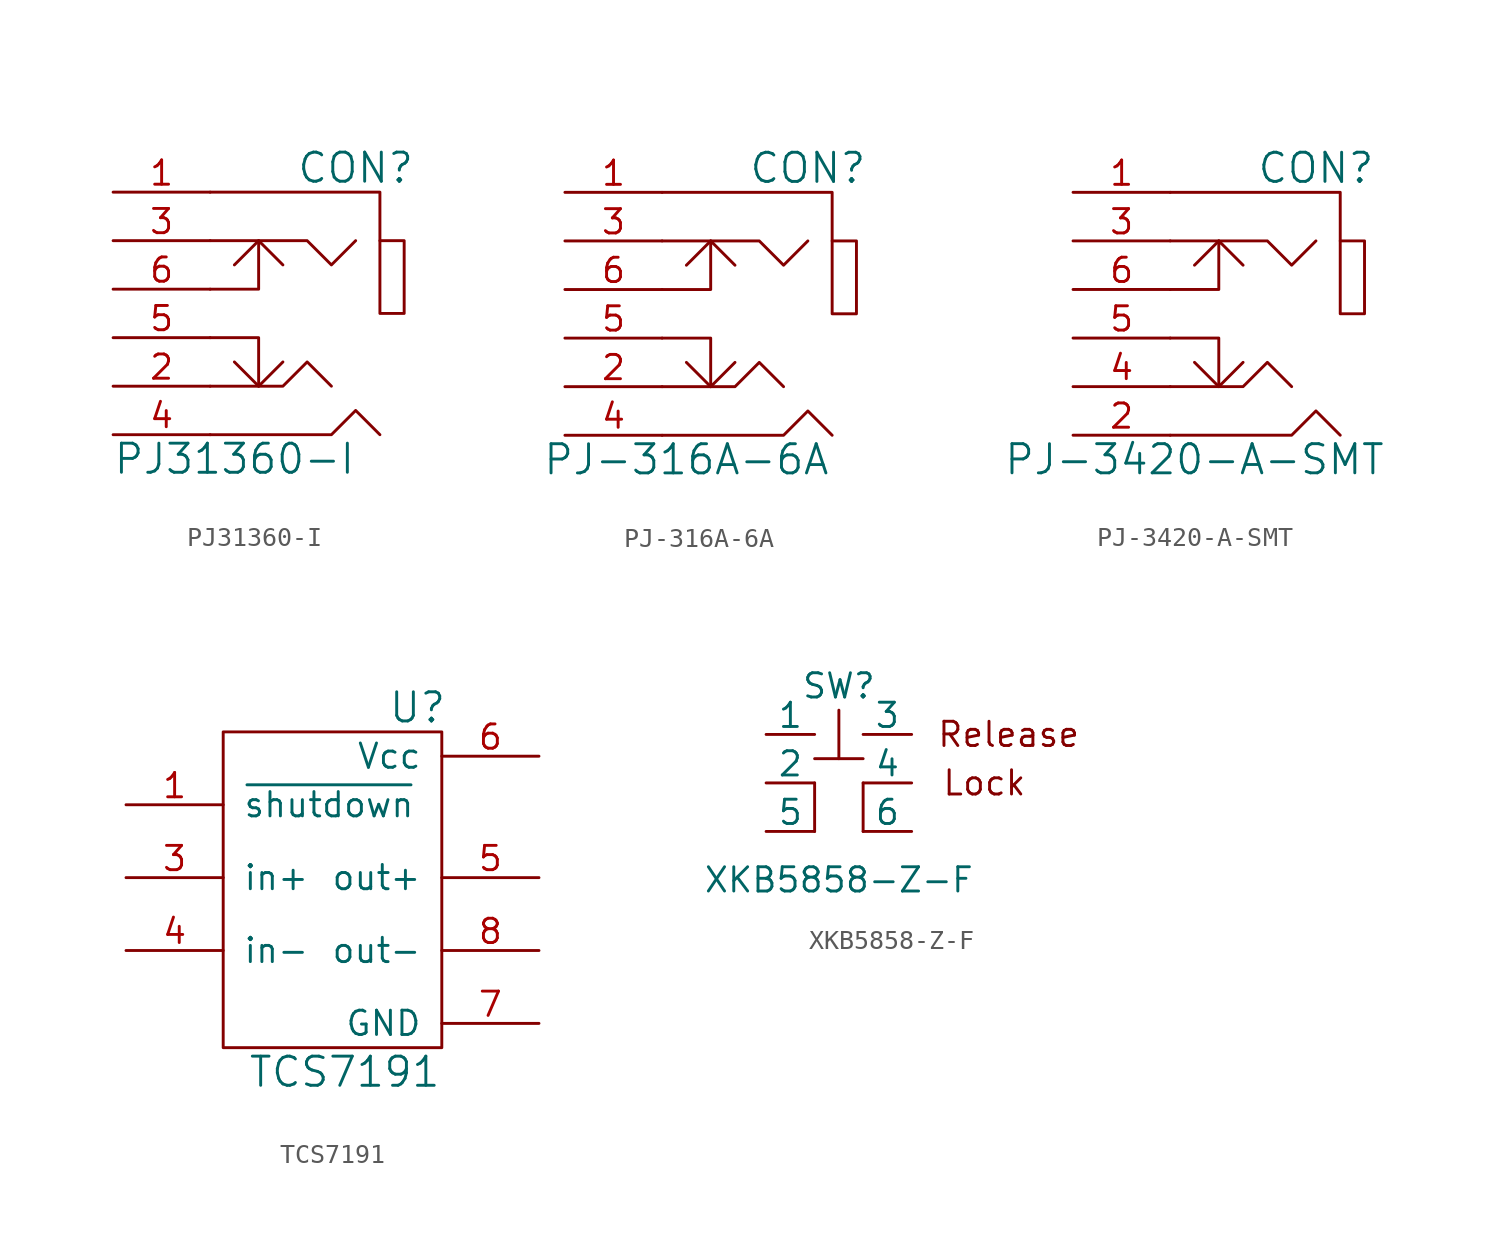
<source format=kicad_sym>
(kicad_symbol_lib
  (version 20211014)
  (generator kicad_symbol_editor)
  (symbol "PJ31360-I"
    (pin_names
      (offset 1.016))
    (property "Reference" "CON"
      (at 1.27 -2.54 0)
      (effects (font (size 1.524 1.524))))
    (property "Value" "PJ31360-I"
      (at -5.08 -17.78 0)
      (effects (font (size 1.524 1.524))))
    (property "Footprint" ""
      (at 0 0 0)
      (effects (font (size 1.524 1.524))))
    (property "Datasheet" ""
      (at 0 0 0)
      (effects (font (size 1.524 1.524))))
    (symbol "PJ31360-I_0_1"
      (polyline (pts (xy -3.81 -13.97) (xy -5.08 -12.7)) (stroke (width 0) (type default) (color 0 0 0 0)) (fill (type none)))
      (polyline (pts (xy -3.81 -6.35) (xy -5.08 -7.62)) (stroke (width 0) (type default) (color 0 0 0 0)) (fill (type none)))
      (polyline (pts (xy -6.35 -3.81) (xy 2.54 -3.81) (xy 2.54 -6.35)) (stroke (width 0) (type default) (color 0 0 0 0)) (fill (type none)))
      (polyline (pts (xy -6.35 -16.51) (xy 0 -16.51) (xy 1.27 -15.24) (xy 2.54 -16.51)) (stroke (width 0) (type default) (color 0 0 0 0)) (fill (type none)))
      (polyline (pts (xy -6.35 -13.97) (xy -2.54 -13.97) (xy -1.27 -12.7) (xy 0 -13.97)) (stroke (width 0) (type default) (color 0 0 0 0)) (fill (type none)))
      (polyline (pts (xy -6.35 -11.43) (xy -3.81 -11.43) (xy -3.81 -13.97) (xy -2.54 -12.7)) (stroke (width 0) (type default) (color 0 0 0 0)) (fill (type none)))
      (polyline (pts (xy -6.35 -8.89) (xy -3.81 -8.89) (xy -3.81 -6.35) (xy -2.54 -7.62)) (stroke (width 0) (type default) (color 0 0 0 0)) (fill (type none)))
      (polyline (pts (xy -6.35 -6.35) (xy -1.27 -6.35) (xy 0 -7.62) (xy 1.27 -6.35)) (stroke (width 0) (type default) (color 0 0 0 0)) (fill (type none)))
      (polyline (pts (xy 2.54 -6.35) (xy 3.81 -6.35) (xy 3.81 -10.16) (xy 2.54 -10.16) (xy 2.54 -6.35)) (stroke (width 0) (type default) (color 0 0 0 0)) (fill (type none))))
    (symbol "PJ31360-I_1_1"
      (pin input line (at -11.43 -3.81 0) (length 5.08) (name "~" (effects (font (size 1.27 1.27)))) (number "1" (effects (font (size 1.27 1.27)))))
      (pin input line (at -11.43 -13.97 0) (length 5.08) (name "~" (effects (font (size 1.27 1.27)))) (number "2" (effects (font (size 1.27 1.27)))))
      (pin input line (at -11.43 -6.35 0) (length 5.08) (name "~" (effects (font (size 1.27 1.27)))) (number "3" (effects (font (size 1.27 1.27)))))
      (pin output line (at -11.43 -16.51 0) (length 5.08) (name "~" (effects (font (size 1.27 1.27)))) (number "4" (effects (font (size 1.27 1.27)))))
      (pin output line (at -11.43 -11.43 0) (length 5.08) (name "~" (effects (font (size 1.27 1.27)))) (number "5" (effects (font (size 1.27 1.27)))))
      (pin output line (at -11.43 -8.89 0) (length 5.08) (name "~" (effects (font (size 1.27 1.27)))) (number "6" (effects (font (size 1.27 1.27)))))))
  (symbol "PJ-316A-6A"
    (pin_names
      (offset 1.016))
    (property "Reference" "CON"
      (at 1.27 -2.54 0)
      (effects (font (size 1.524 1.524))))
    (property "Value" "PJ-316A-6A"
      (at -5.08 -17.78 0)
      (effects (font (size 1.524 1.524))))
    (property "Footprint" ""
      (at 0 0 0)
      (effects (font (size 1.524 1.524))))
    (property "Datasheet" ""
      (at 0 0 0)
      (effects (font (size 1.524 1.524))))
    (symbol "PJ-316A-6A_0_1"
      (polyline (pts (xy -3.81 -13.97) (xy -5.08 -12.7)) (stroke (width 0) (type default) (color 0 0 0 0)) (fill (type none)))
      (polyline (pts (xy -3.81 -6.35) (xy -5.08 -7.62)) (stroke (width 0) (type default) (color 0 0 0 0)) (fill (type none)))
      (polyline (pts (xy -6.35 -3.81) (xy 2.54 -3.81) (xy 2.54 -6.35)) (stroke (width 0) (type default) (color 0 0 0 0)) (fill (type none)))
      (polyline (pts (xy -6.35 -16.51) (xy 0 -16.51) (xy 1.27 -15.24) (xy 2.54 -16.51)) (stroke (width 0) (type default) (color 0 0 0 0)) (fill (type none)))
      (polyline (pts (xy -6.35 -13.97) (xy -2.54 -13.97) (xy -1.27 -12.7) (xy 0 -13.97)) (stroke (width 0) (type default) (color 0 0 0 0)) (fill (type none)))
      (polyline (pts (xy -6.35 -11.43) (xy -3.81 -11.43) (xy -3.81 -13.97) (xy -2.54 -12.7)) (stroke (width 0) (type default) (color 0 0 0 0)) (fill (type none)))
      (polyline (pts (xy -6.35 -8.89) (xy -3.81 -8.89) (xy -3.81 -6.35) (xy -2.54 -7.62)) (stroke (width 0) (type default) (color 0 0 0 0)) (fill (type none)))
      (polyline (pts (xy -6.35 -6.35) (xy -1.27 -6.35) (xy 0 -7.62) (xy 1.27 -6.35)) (stroke (width 0) (type default) (color 0 0 0 0)) (fill (type none)))
      (polyline (pts (xy 2.54 -6.35) (xy 3.81 -6.35) (xy 3.81 -10.16) (xy 2.54 -10.16) (xy 2.54 -6.35)) (stroke (width 0) (type default) (color 0 0 0 0)) (fill (type none))))
    (symbol "PJ-316A-6A_1_1"
      (pin passive line (at -11.43 -3.81 0) (length 5.08) (name "~" (effects (font (size 1.27 1.27)))) (number "1" (effects (font (size 1.27 1.27)))))
      (pin passive line (at -11.43 -13.97 0) (length 5.08) (name "~" (effects (font (size 1.27 1.27)))) (number "2" (effects (font (size 1.27 1.27)))))
      (pin passive line (at -11.43 -6.35 0) (length 5.08) (name "~" (effects (font (size 1.27 1.27)))) (number "3" (effects (font (size 1.27 1.27)))))
      (pin passive line (at -11.43 -16.51 0) (length 5.08) (name "~" (effects (font (size 1.27 1.27)))) (number "4" (effects (font (size 1.27 1.27)))))
      (pin passive line (at -11.43 -11.43 0) (length 5.08) (name "~" (effects (font (size 1.27 1.27)))) (number "5" (effects (font (size 1.27 1.27)))))
      (pin passive line (at -11.43 -8.89 0) (length 5.08) (name "~" (effects (font (size 1.27 1.27)))) (number "6" (effects (font (size 1.27 1.27)))))))
  (symbol "PJ-3420-A-SMT"
    (pin_names
      (offset 1.016))
    (property "Reference" "CON"
      (at 1.27 -2.54 0)
      (effects (font (size 1.524 1.524))))
    (property "Value" "PJ-3420-A-SMT"
      (at -5.08 -17.78 0)
      (effects (font (size 1.524 1.524))))
    (property "Footprint" ""
      (at 0 0 0)
      (effects (font (size 1.524 1.524))))
    (property "Datasheet" ""
      (at 0 0 0)
      (effects (font (size 1.524 1.524))))
    (symbol "PJ-3420-A-SMT_0_1"
      (polyline (pts (xy -3.81 -13.97) (xy -5.08 -12.7)) (stroke (width 0) (type default) (color 0 0 0 0)) (fill (type none)))
      (polyline (pts (xy -3.81 -6.35) (xy -5.08 -7.62)) (stroke (width 0) (type default) (color 0 0 0 0)) (fill (type none)))
      (polyline (pts (xy -6.35 -3.81) (xy 2.54 -3.81) (xy 2.54 -6.35)) (stroke (width 0) (type default) (color 0 0 0 0)) (fill (type none)))
      (polyline (pts (xy -6.35 -16.51) (xy 0 -16.51) (xy 1.27 -15.24) (xy 2.54 -16.51)) (stroke (width 0) (type default) (color 0 0 0 0)) (fill (type none)))
      (polyline (pts (xy -6.35 -13.97) (xy -2.54 -13.97) (xy -1.27 -12.7) (xy 0 -13.97)) (stroke (width 0) (type default) (color 0 0 0 0)) (fill (type none)))
      (polyline (pts (xy -6.35 -11.43) (xy -3.81 -11.43) (xy -3.81 -13.97) (xy -2.54 -12.7)) (stroke (width 0) (type default) (color 0 0 0 0)) (fill (type none)))
      (polyline (pts (xy -6.35 -8.89) (xy -3.81 -8.89) (xy -3.81 -6.35) (xy -2.54 -7.62)) (stroke (width 0) (type default) (color 0 0 0 0)) (fill (type none)))
      (polyline (pts (xy -6.35 -6.35) (xy -1.27 -6.35) (xy 0 -7.62) (xy 1.27 -6.35)) (stroke (width 0) (type default) (color 0 0 0 0)) (fill (type none)))
      (polyline (pts (xy 2.54 -6.35) (xy 3.81 -6.35) (xy 3.81 -10.16) (xy 2.54 -10.16) (xy 2.54 -6.35)) (stroke (width 0) (type default) (color 0 0 0 0)) (fill (type none))))
    (symbol "PJ-3420-A-SMT_1_1"
      (pin passive line (at -11.43 -3.81 0) (length 5.08) (name "~" (effects (font (size 1.27 1.27)))) (number "1" (effects (font (size 1.27 1.27)))))
      (pin passive line (at -11.43 -16.51 0) (length 5.08) (name "~" (effects (font (size 1.27 1.27)))) (number "2" (effects (font (size 1.27 1.27)))))
      (pin passive line (at -11.43 -6.35 0) (length 5.08) (name "~" (effects (font (size 1.27 1.27)))) (number "3" (effects (font (size 1.27 1.27)))))
      (pin passive line (at -11.43 -13.97 0) (length 5.08) (name "~" (effects (font (size 1.27 1.27)))) (number "4" (effects (font (size 1.27 1.27)))))
      (pin passive line (at -11.43 -11.43 0) (length 5.08) (name "~" (effects (font (size 1.27 1.27)))) (number "5" (effects (font (size 1.27 1.27)))))
      (pin passive line (at -11.43 -8.89 0) (length 5.08) (name "~" (effects (font (size 1.27 1.27)))) (number "6" (effects (font (size 1.27 1.27)))))))
  (symbol "TCS7191"
    (pin_names
      (offset 1.016))
    (property "Reference" "U"
      (at 3.81 5.08 0)
      (effects (font (size 1.524 1.524))))
    (property "Value" "TCS7191"
      (at 0 -13.97 0)
      (effects (font (size 1.524 1.524))))
    (property "Footprint" ""
      (at 1.27 5.08 0)
      (effects (font (size 1.524 1.524))))
    (property "Datasheet" ""
      (at 1.27 5.08 0)
      (effects (font (size 1.524 1.524))))
    (symbol "TCS7191_0_1"
      (rectangle (start 5.08 3.81) (end -6.35 -12.7) (stroke (width 0) (type default) (color 0 0 0 0)) (fill (type none))))
    (symbol "TCS7191_1_1"
      (pin input line (at -11.43 0 0) (length 5.08) (name "~{shutdown}" (effects (font (size 1.27 1.27)))) (number "1" (effects (font (size 1.27 1.27)))))
      (pin input line (at -11.43 -3.81 0) (length 5.08) (name "in+" (effects (font (size 1.27 1.27)))) (number "3" (effects (font (size 1.27 1.27)))))
      (pin input line (at -11.43 -7.62 0) (length 5.08) (name "in-" (effects (font (size 1.27 1.27)))) (number "4" (effects (font (size 1.27 1.27)))))
      (pin output line (at 10.16 -3.81 180) (length 5.08) (name "out+" (effects (font (size 1.27 1.27)))) (number "5" (effects (font (size 1.27 1.27)))))
      (pin power_in line (at 10.16 2.54 180) (length 5.08) (name "Vcc" (effects (font (size 1.27 1.27)))) (number "6" (effects (font (size 1.27 1.27)))))
      (pin power_in line (at 10.16 -11.43 180) (length 5.08) (name "GND" (effects (font (size 1.27 1.27)))) (number "7" (effects (font (size 1.27 1.27)))))
      (pin output line (at 10.16 -7.62 180) (length 5.08) (name "out-" (effects (font (size 1.27 1.27)))) (number "8" (effects (font (size 1.27 1.27)))))))
  (symbol "XKB5858-Z-F"
    (pin_numbers hide)
    (pin_names
      (offset 0))
    (property "Reference" "SW"
      (at 0 5.08 0)
      (effects (font (size 1.27 1.27))))
    (property "Value" "XKB5858-Z-F"
      (at 0 -5.08 0)
      (effects (font (size 1.27 1.27))))
    (symbol "XKB5858-Z-F_0_0"
      (text "Lock" (at 7.62 0 0) (effects (font (size 1.27 1.27))))
      (text "Release" (at 8.89 2.54 0) (effects (font (size 1.27 1.27)))))
    (symbol "XKB5858-Z-F_0_1"
      (polyline (pts (xy -1.27 0) (xy -1.27 -2.54)) (stroke (width 0) (type default) (color 0 0 0 0)) (fill (type none)))
      (polyline (pts (xy -1.27 1.27) (xy 1.27 1.27)) (stroke (width 0) (type default) (color 0 0 0 0)) (fill (type none)))
      (polyline (pts (xy 0 1.27) (xy 0 3.81)) (stroke (width 0) (type default) (color 0 0 0 0)) (fill (type none)))
      (polyline (pts (xy 1.27 0) (xy 1.27 -2.54)) (stroke (width 0) (type default) (color 0 0 0 0)) (fill (type none))))
    (symbol "XKB5858-Z-F_1_1"
      (pin passive line (at -3.81 2.54 0) (length 2.54) (name "1" (effects (font (size 1.27 1.27)))) (number "1" (effects (font (size 1.27 1.27)))))
      (pin passive line (at -3.81 0 0) (length 2.54) (name "2" (effects (font (size 1.27 1.27)))) (number "2" (effects (font (size 1.27 1.27)))))
      (pin passive line (at 3.81 2.54 180) (length 2.54) (name "3" (effects (font (size 1.27 1.27)))) (number "3" (effects (font (size 1.27 1.27)))))
      (pin passive line (at 3.81 0 180) (length 2.54) (name "4" (effects (font (size 1.27 1.27)))) (number "4" (effects (font (size 1.27 1.27)))))
      (pin passive line (at -3.81 -2.54 0) (length 2.54) (name "5" (effects (font (size 1.27 1.27)))) (number "5" (effects (font (size 1.27 1.27)))))
      (pin passive line (at 3.81 -2.54 180) (length 2.54) (name "6" (effects (font (size 1.27 1.27)))) (number "6" (effects (font (size 1.27 1.27))))))))
</source>
